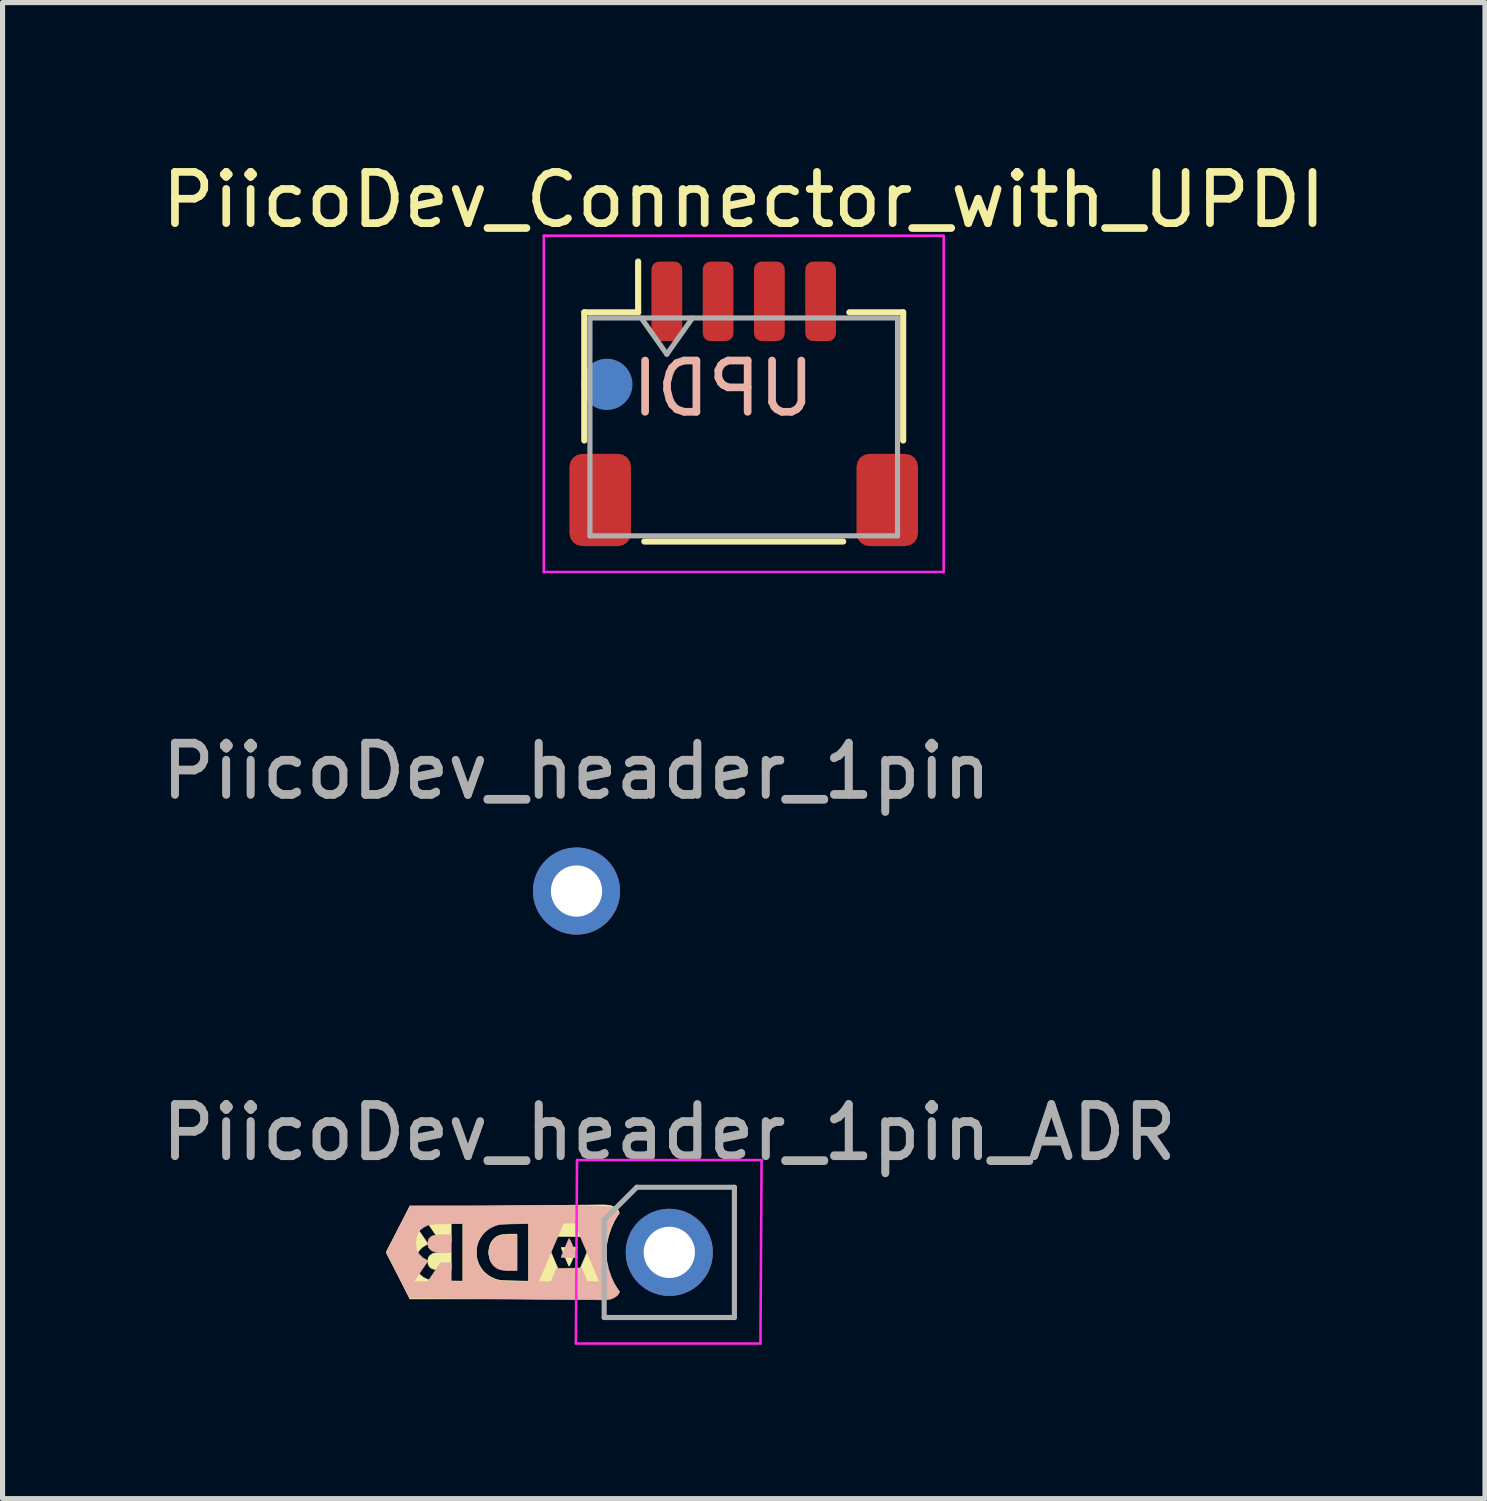
<source format=kicad_pcb>
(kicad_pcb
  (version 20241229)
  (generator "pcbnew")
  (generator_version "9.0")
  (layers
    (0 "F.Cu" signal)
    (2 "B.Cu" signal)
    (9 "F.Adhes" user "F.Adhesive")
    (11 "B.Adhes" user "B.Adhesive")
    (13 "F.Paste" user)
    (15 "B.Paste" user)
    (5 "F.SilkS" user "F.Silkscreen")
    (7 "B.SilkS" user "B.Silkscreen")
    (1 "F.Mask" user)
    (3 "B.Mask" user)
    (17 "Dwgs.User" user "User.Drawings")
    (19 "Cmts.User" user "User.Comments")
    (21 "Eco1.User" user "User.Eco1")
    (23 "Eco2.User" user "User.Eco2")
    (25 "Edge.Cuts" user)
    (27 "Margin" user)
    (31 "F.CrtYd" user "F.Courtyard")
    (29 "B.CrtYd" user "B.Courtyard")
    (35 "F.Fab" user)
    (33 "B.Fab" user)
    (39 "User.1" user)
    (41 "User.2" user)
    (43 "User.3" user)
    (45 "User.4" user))
  (footprint "PiicoDev_header_1pin_ADR"
    (layer "F.Cu")
    (at 10.006 21.38)
    (property "Reference" "PiicoDev_header_1pin_ADR" (at 0 -2.33 180) (layer "F.Fab") (effects (font (size 1 1) (thickness 0.15))))
    (attr through_hole)
    (fp_poly (pts (xy -3.197 0.34) (xy -3.266 0.332) (xy -3.321 0.316) (xy -3.37 0.291) (xy -3.404 0.266) (xy -3.459 0.208) (xy -3.497 0.135) (xy -3.517 0.054) (xy -3.521 -0.031) (xy -3.507 -0.115) (xy -3.477 -0.192) (xy -3.429 -0.258) (xy -3.407 -0.279) (xy -3.359 -0.312) (xy -3.306 -0.335) (xy -3.242 -0.348) (xy -3.162 -0.355) (xy -3.109 -0.356) (xy -2.972 -0.356) (xy -2.972 0.343) (xy -3.11 0.343) (xy -3.197 0.34)) (stroke (width 0.01) (type solid)) (fill yes) (layer "F.SilkS"))
    (fp_poly (pts (xy -4.498 0.341) (xy -4.562 0.336) (xy -4.609 0.326) (xy -4.644 0.31) (xy -4.672 0.287) (xy -4.684 0.273) (xy -4.705 0.229) (xy -4.712 0.175) (xy -4.705 0.119) (xy -4.697 0.096) (xy -4.676 0.068) (xy -4.644 0.04) (xy -4.636 0.035) (xy -4.615 0.023) (xy -4.59 0.014) (xy -4.558 0.009) (xy -4.513 0.005) (xy -4.449 0.003) (xy -4.423 0.002) (xy -4.255 -0.002) (xy -4.255 0.343) (xy -4.414 0.343) (xy -4.498 0.341)) (stroke (width 0.01) (type solid)) (fill yes) (layer "F.SilkS"))
    (fp_poly (pts (xy -1.957 0.27) (xy -1.965 0.256) (xy -1.979 0.223) (xy -1.999 0.177) (xy -2.022 0.123) (xy -2.046 0.066) (xy -2.069 0.01) (xy -2.088 -0.038) (xy -2.102 -0.074) (xy -2.108 -0.093) (xy -2.108 -0.095) (xy -2.096 -0.097) (xy -2.064 -0.099) (xy -2.016 -0.101) (xy -1.956 -0.102) (xy -1.949 -0.102) (xy -1.79 -0.102) (xy -1.81 -0.054) (xy -1.823 -0.023) (xy -1.843 0.024) (xy -1.867 0.082) (xy -1.889 0.137) (xy -1.912 0.191) (xy -1.933 0.234) (xy -1.948 0.262) (xy -1.957 0.27) (xy -1.957 0.27)) (stroke (width 0.01) (type solid)) (fill yes) (layer "F.SilkS"))
    (fp_poly (pts (xy -2.481 0.908) (xy -2.704 0.908) (xy -2.951 0.908) (xy -3.124 0.908) (xy -5.061 0.908) (xy -5.291 0.451) (xy -5.522 -0.007) (xy -5.294 -0.444) (xy -5.243 -0.541) (xy -5.196 -0.631) (xy -5.154 -0.711) (xy -5.119 -0.779) (xy -5.091 -0.832) (xy -5.072 -0.868) (xy -5.062 -0.885) (xy -5.062 -0.886) (xy -5.049 -0.886) (xy -5.013 -0.887) (xy -4.954 -0.888) (xy -4.875 -0.889) (xy -4.778 -0.89) (xy -4.664 -0.892) (xy -4.534 -0.893) (xy -4.391 -0.895) (xy -4.236 -0.897) (xy -4.071 -0.899) (xy -3.898 -0.9) (xy -3.717 -0.902) (xy -3.532 -0.904) (xy -3.343 -0.906) (xy -3.153 -0.908) (xy -2.963 -0.91) (xy -2.774 -0.912) (xy -2.589 -0.914) (xy -2.409 -0.916) (xy -2.236 -0.918) (xy -2.071 -0.919) (xy -1.917 -0.921) (xy -1.774 -0.922) (xy -1.645 -0.923) (xy -1.531 -0.924) (xy -1.435 -0.925) (xy -1.357 -0.926) (xy -1.299 -0.926) (xy -1.263 -0.926) (xy -1.257 -0.926) (xy -1.205 -0.922) (xy -1.153 -0.914) (xy -1.133 -0.908) (xy -1.082 -0.887) (xy -1.035 -0.857) (xy -1 -0.825) (xy -0.984 -0.799) (xy -0.986 -0.766) (xy -1.007 -0.725) (xy -1.075 -0.608) (xy -1.089 -0.574) (xy -2.743 -0.574) (xy -2.876 -0.572) (xy -4.026 -0.572) (xy -4.255 -0.572) (xy -4.255 -0.203) (xy -4.464 -0.203) (xy -4.713 -0.572) (xy -4.846 -0.572) (xy -4.9 -0.571) (xy -4.944 -0.57) (xy -4.972 -0.568) (xy -4.978 -0.566) (xy -4.972 -0.554) (xy -4.952 -0.525) (xy -4.923 -0.482) (xy -4.886 -0.428) (xy -4.845 -0.368) (xy -4.803 -0.307) (xy -4.766 -0.252) (xy -4.737 -0.209) (xy -4.718 -0.179) (xy -4.712 -0.166) (xy -4.722 -0.155) (xy -4.749 -0.14) (xy -4.763 -0.133) (xy -4.819 -0.098) (xy -4.871 -0.046) (xy -4.913 0.014) (xy -4.923 0.035) (xy -4.936 0.082) (xy -4.944 0.147) (xy -4.945 0.184) (xy -4.937 0.283) (xy -4.91 0.366) (xy -4.863 0.434) (xy -4.794 0.489) (xy -4.722 0.524) (xy -4.699 0.533) (xy -4.674 0.539) (xy -4.645 0.544) (xy -4.608 0.548) (xy -4.558 0.551) (xy -4.493 0.553) (xy -4.408 0.555) (xy -4.34 0.556) (xy -4.026 0.561) (xy -4.026 -0.572) (xy -2.876 -0.572) (xy -3.026 -0.568) (xy -3.121 -0.566) (xy -3.194 -0.564) (xy -3.251 -0.561) (xy -3.294 -0.557) (xy -3.328 -0.551) (xy -3.357 -0.544) (xy -3.384 -0.535) (xy -3.474 -0.497) (xy -3.546 -0.452) (xy -3.609 -0.397) (xy -3.624 -0.381) (xy -3.691 -0.288) (xy -3.738 -0.186) (xy -3.763 -0.078) (xy -3.767 0.032) (xy -3.749 0.14) (xy -3.711 0.243) (xy -3.651 0.337) (xy -3.624 0.369) (xy -3.561 0.428) (xy -3.492 0.475) (xy -3.409 0.513) (xy -3.384 0.523) (xy -3.356 0.532) (xy -3.327 0.539) (xy -3.293 0.544) (xy -3.249 0.548) (xy -3.192 0.551) (xy -3.118 0.554) (xy -3.026 0.556) (xy -2.743 0.562) (xy -2.743 -0.574) (xy -1.089 -0.574) (xy -1.09 -0.572) (xy -1.362 -0.572) (xy -1.483 -0.569) (xy -1.603 -0.565) (xy -1.655 -0.435) (xy -1.706 -0.304) (xy -1.953 -0.308) (xy -2.201 -0.311) (xy -2.253 -0.441) (xy -2.305 -0.571) (xy -2.427 -0.571) (xy -2.549 -0.572) (xy -2.307 -0.000024) (xy -2.064 0.571) (xy -1.956 0.571) (xy -1.848 0.571) (xy -1.362 -0.572) (xy -1.09 -0.572) (xy -1.134 -0.473) (xy -1.182 -0.33) (xy -1.213 -0.197) (xy -1.226 -0.101) (xy -1.23 0.007) (xy -1.227 0.119) (xy -1.217 0.226) (xy -1.2 0.32) (xy -1.194 0.343) (xy -1.149 0.47) (xy -1.089 0.592) (xy -1.024 0.695) (xy -0.968 0.771) (xy -1.028 0.817) (xy -1.043 0.829) (xy -1.055 0.84) (xy -1.067 0.85) (xy -1.079 0.859) (xy -1.092 0.867) (xy -1.107 0.874) (xy -1.127 0.88) (xy -1.151 0.886) (xy -1.182 0.89) (xy -1.22 0.894) (xy -1.266 0.898) (xy -1.323 0.9) (xy -1.391 0.903) (xy -1.471 0.904) (xy -1.565 0.906) (xy -1.673 0.907) (xy -1.798 0.908) (xy -1.94 0.908) (xy -2.1 0.908) (xy -2.28 0.908) (xy -2.481 0.908)) (stroke (width 0.01) (type solid)) (fill yes) (layer "F.SilkS"))
    (fp_poly (pts (xy -3.197 -0.34) (xy -3.266 -0.332) (xy -3.321 -0.316) (xy -3.37 -0.291) (xy -3.404 -0.266) (xy -3.459 -0.208) (xy -3.497 -0.135) (xy -3.517 -0.054) (xy -3.521 0.031) (xy -3.507 0.115) (xy -3.477 0.192) (xy -3.429 0.258) (xy -3.407 0.279) (xy -3.359 0.312) (xy -3.306 0.335) (xy -3.242 0.348) (xy -3.162 0.355) (xy -3.109 0.356) (xy -2.972 0.356) (xy -2.972 -0.343) (xy -3.11 -0.343) (xy -3.197 -0.34)) (stroke (width 0.01) (type solid)) (fill yes) (layer "B.SilkS"))
    (fp_poly (pts (xy -4.498 -0.341) (xy -4.562 -0.336) (xy -4.609 -0.326) (xy -4.644 -0.31) (xy -4.672 -0.287) (xy -4.684 -0.273) (xy -4.705 -0.229) (xy -4.712 -0.175) (xy -4.705 -0.119) (xy -4.697 -0.096) (xy -4.676 -0.068) (xy -4.644 -0.04) (xy -4.636 -0.035) (xy -4.615 -0.023) (xy -4.59 -0.014) (xy -4.558 -0.009) (xy -4.513 -0.005) (xy -4.449 -0.003) (xy -4.423 -0.002) (xy -4.255 0.002) (xy -4.255 -0.343) (xy -4.414 -0.343) (xy -4.498 -0.341)) (stroke (width 0.01) (type solid)) (fill yes) (layer "B.SilkS"))
    (fp_poly (pts (xy -1.957 -0.27) (xy -1.965 -0.256) (xy -1.979 -0.223) (xy -1.999 -0.177) (xy -2.022 -0.123) (xy -2.046 -0.066) (xy -2.069 -0.01) (xy -2.088 0.038) (xy -2.102 0.074) (xy -2.108 0.093) (xy -2.108 0.095) (xy -2.096 0.097) (xy -2.064 0.099) (xy -2.016 0.101) (xy -1.956 0.102) (xy -1.949 0.102) (xy -1.79 0.102) (xy -1.81 0.054) (xy -1.823 0.023) (xy -1.843 -0.024) (xy -1.867 -0.082) (xy -1.889 -0.137) (xy -1.912 -0.191) (xy -1.933 -0.234) (xy -1.948 -0.262) (xy -1.957 -0.27) (xy -1.957 -0.27)) (stroke (width 0.01) (type solid)) (fill yes) (layer "B.SilkS"))
    (fp_poly (pts (xy -2.481 -0.908) (xy -2.704 -0.908) (xy -2.951 -0.908) (xy -3.124 -0.908) (xy -5.061 -0.908) (xy -5.291 -0.451) (xy -5.522 0.007) (xy -5.294 0.444) (xy -5.243 0.541) (xy -5.196 0.631) (xy -5.154 0.711) (xy -5.119 0.779) (xy -5.091 0.832) (xy -5.072 0.868) (xy -5.062 0.885) (xy -5.062 0.886) (xy -5.049 0.886) (xy -5.013 0.887) (xy -4.954 0.888) (xy -4.875 0.889) (xy -4.778 0.89) (xy -4.664 0.892) (xy -4.534 0.893) (xy -4.391 0.895) (xy -4.236 0.897) (xy -4.071 0.899) (xy -3.898 0.9) (xy -3.717 0.902) (xy -3.532 0.904) (xy -3.343 0.906) (xy -3.153 0.908) (xy -2.963 0.91) (xy -2.774 0.912) (xy -2.589 0.914) (xy -2.409 0.916) (xy -2.236 0.918) (xy -2.071 0.919) (xy -1.917 0.921) (xy -1.774 0.922) (xy -1.645 0.923) (xy -1.531 0.924) (xy -1.435 0.925) (xy -1.357 0.926) (xy -1.299 0.926) (xy -1.263 0.926) (xy -1.257 0.926) (xy -1.205 0.922) (xy -1.153 0.914) (xy -1.133 0.908) (xy -1.082 0.887) (xy -1.035 0.857) (xy -1 0.825) (xy -0.984 0.799) (xy -0.986 0.766) (xy -1.007 0.725) (xy -1.075 0.608) (xy -1.089 0.574) (xy -2.743 0.574) (xy -2.876 0.572) (xy -4.026 0.572) (xy -4.255 0.572) (xy -4.255 0.203) (xy -4.464 0.203) (xy -4.713 0.572) (xy -4.846 0.572) (xy -4.9 0.571) (xy -4.944 0.57) (xy -4.972 0.568) (xy -4.978 0.566) (xy -4.972 0.554) (xy -4.952 0.525) (xy -4.923 0.482) (xy -4.886 0.428) (xy -4.845 0.368) (xy -4.803 0.307) (xy -4.766 0.252) (xy -4.737 0.209) (xy -4.718 0.179) (xy -4.712 0.166) (xy -4.722 0.155) (xy -4.749 0.14) (xy -4.763 0.133) (xy -4.819 0.098) (xy -4.871 0.046) (xy -4.913 -0.014) (xy -4.923 -0.035) (xy -4.936 -0.082) (xy -4.944 -0.147) (xy -4.945 -0.184) (xy -4.937 -0.283) (xy -4.91 -0.366) (xy -4.863 -0.434) (xy -4.794 -0.489) (xy -4.722 -0.524) (xy -4.699 -0.533) (xy -4.674 -0.539) (xy -4.645 -0.544) (xy -4.608 -0.548) (xy -4.558 -0.551) (xy -4.493 -0.553) (xy -4.408 -0.555) (xy -4.34 -0.556) (xy -4.026 -0.561) (xy -4.026 0.572) (xy -2.876 0.572) (xy -3.026 0.568) (xy -3.121 0.566) (xy -3.194 0.564) (xy -3.251 0.561) (xy -3.294 0.557) (xy -3.328 0.551) (xy -3.357 0.544) (xy -3.384 0.535) (xy -3.474 0.497) (xy -3.546 0.452) (xy -3.609 0.397) (xy -3.624 0.381) (xy -3.691 0.288) (xy -3.738 0.186) (xy -3.763 0.078) (xy -3.767 -0.032) (xy -3.749 -0.14) (xy -3.711 -0.243) (xy -3.651 -0.337) (xy -3.624 -0.369) (xy -3.561 -0.428) (xy -3.492 -0.475) (xy -3.409 -0.513) (xy -3.384 -0.523) (xy -3.356 -0.532) (xy -3.327 -0.539) (xy -3.293 -0.544) (xy -3.249 -0.548) (xy -3.192 -0.551) (xy -3.118 -0.554) (xy -3.026 -0.556) (xy -2.743 -0.562) (xy -2.743 0.574) (xy -1.089 0.574) (xy -1.09 0.572) (xy -1.362 0.572) (xy -1.483 0.569) (xy -1.603 0.565) (xy -1.655 0.435) (xy -1.706 0.304) (xy -1.953 0.308) (xy -2.201 0.311) (xy -2.253 0.441) (xy -2.305 0.571) (xy -2.427 0.571) (xy -2.549 0.572) (xy -2.307 0.000024) (xy -2.064 -0.571) (xy -1.956 -0.571) (xy -1.848 -0.571) (xy -1.362 0.572) (xy -1.09 0.572) (xy -1.134 0.473) (xy -1.182 0.33) (xy -1.213 0.197) (xy -1.226 0.101) (xy -1.23 -0.007) (xy -1.227 -0.119) (xy -1.217 -0.226) (xy -1.2 -0.32) (xy -1.194 -0.343) (xy -1.149 -0.47) (xy -1.089 -0.592) (xy -1.024 -0.695) (xy -0.968 -0.771) (xy -1.028 -0.817) (xy -1.043 -0.829) (xy -1.055 -0.84) (xy -1.067 -0.85) (xy -1.079 -0.859) (xy -1.092 -0.867) (xy -1.107 -0.874) (xy -1.127 -0.88) (xy -1.151 -0.886) (xy -1.182 -0.89) (xy -1.22 -0.894) (xy -1.266 -0.898) (xy -1.323 -0.9) (xy -1.391 -0.903) (xy -1.471 -0.904) (xy -1.565 -0.906) (xy -1.673 -0.907) (xy -1.798 -0.908) (xy -1.94 -0.908) (xy -2.1 -0.908) (xy -2.28 -0.908) (xy -2.481 -0.908)) (stroke (width 0.01) (type solid)) (fill yes) (layer "B.SilkS"))
    (fp_line (start -1.822 1.778) (end 1.778 1.778) (stroke (width 0.05) (type solid)) (layer "F.CrtYd"))
    (fp_line (start -1.8 -1.8) (end -1.822 1.778) (stroke (width 0.05) (type solid)) (layer "F.CrtYd"))
    (fp_line (start 1.778 1.778) (end 1.8 -1.8) (stroke (width 0.05) (type solid)) (layer "F.CrtYd"))
    (fp_line (start 1.8 -1.8) (end -1.8 -1.8) (stroke (width 0.05) (type solid)) (layer "F.CrtYd"))
    (fp_line (start -1.27 -0.635) (end -0.635 -1.27) (stroke (width 0.1) (type solid)) (layer "F.Fab"))
    (fp_line (start -1.27 1.27) (end -1.27 -0.635) (stroke (width 0.1) (type solid)) (layer "F.Fab"))
    (fp_line (start -0.635 -1.27) (end 1.27 -1.27) (stroke (width 0.1) (type solid)) (layer "F.Fab"))
    (fp_line (start 1.27 -1.27) (end 1.27 1.27) (stroke (width 0.1) (type solid)) (layer "F.Fab"))
    (fp_line (start 1.27 1.27) (end -1.27 1.27) (stroke (width 0.1) (type solid)) (layer "F.Fab"))
    (fp_text user "${REFERENCE}" (at 0 -2.35 180) (layer "F.Fab") (effects (font (size 1 1) (thickness 0.15))))
    (pad "1" thru_hole circle (at 0 0) (size 1.7 1.7) (drill 1) (layers "*.Cu" "*.Mask")))
  (footprint "PiicoDev_header_1pin"
    (layer "F.Cu")
    (at 8.196 14.332)
    (property "Reference" "PiicoDev_header_1pin" (at 0 -2.33 180) (layer "F.Fab") (effects (font (size 1 1) (thickness 0.15))))
    (attr through_hole)
    (fp_text user "${REFERENCE}" (at 0 -2.35 180) (layer "F.Fab") (effects (font (size 1 1) (thickness 0.15))))
    (pad "1" thru_hole circle (at 0 0) (size 1.7 1.7) (drill 1) (layers "*.Cu" "*.Mask")))
  (footprint "PiicoDev_Connector_with_UPDI"
    (layer "F.Cu")
    (at 11.458 4.828)
    (property "Reference" "PiicoDev_Connector_with_UPDI" (at 0 -3.98 0) (layer "F.SilkS") (effects (font (size 1 1) (thickness 0.15))))
    (attr smd)
    (fp_line (start -3.11 -1.785) (end -2.06 -1.785) (stroke (width 0.12) (type solid)) (layer "F.SilkS"))
    (fp_line (start -3.11 0.715) (end -3.11 -1.785) (stroke (width 0.12) (type solid)) (layer "F.SilkS"))
    (fp_line (start -2.06 -1.785) (end -2.06 -2.775) (stroke (width 0.12) (type solid)) (layer "F.SilkS"))
    (fp_line (start -1.94 2.685) (end 1.94 2.685) (stroke (width 0.12) (type solid)) (layer "F.SilkS"))
    (fp_line (start 3.11 -1.785) (end 2.06 -1.785) (stroke (width 0.12) (type solid)) (layer "F.SilkS"))
    (fp_line (start 3.11 0.715) (end 3.11 -1.785) (stroke (width 0.12) (type solid)) (layer "F.SilkS"))
    (fp_line (start -3.9 -3.28) (end -3.9 3.28) (stroke (width 0.05) (type solid)) (layer "F.CrtYd"))
    (fp_line (start -3.9 3.28) (end 3.9 3.28) (stroke (width 0.05) (type solid)) (layer "F.CrtYd"))
    (fp_line (start 3.9 -3.28) (end -3.9 -3.28) (stroke (width 0.05) (type solid)) (layer "F.CrtYd"))
    (fp_line (start 3.9 3.28) (end 3.9 -3.28) (stroke (width 0.05) (type solid)) (layer "F.CrtYd"))
    (fp_line (start -3 -1.675) (end -3 2.575) (stroke (width 0.1) (type solid)) (layer "F.Fab"))
    (fp_line (start -3 -1.675) (end 3 -1.675) (stroke (width 0.1) (type solid)) (layer "F.Fab"))
    (fp_line (start -3 2.575) (end 3 2.575) (stroke (width 0.1) (type solid)) (layer "F.Fab"))
    (fp_line (start -2 -1.675) (end -1.5 -0.968) (stroke (width 0.1) (type solid)) (layer "F.Fab"))
    (fp_line (start -1.5 -0.968) (end -1 -1.675) (stroke (width 0.1) (type solid)) (layer "F.Fab"))
    (fp_line (start 3 -1.675) (end 3 2.575) (stroke (width 0.1) (type solid)) (layer "F.Fab"))
    (fp_text user "UPDI" (at -0.4 -0.3 0) (layer "B.SilkS") (effects (font (size 1 1) (thickness 0.15)) (justify mirror)))
    (pad "1" smd roundrect (at -1.5 -2) (size 0.6 1.55) (layers "F.Cu" "F.Mask" "F.Paste") (roundrect_rratio 0.25))
    (pad "2" smd roundrect (at -0.5 -2) (size 0.6 1.55) (layers "F.Cu" "F.Mask" "F.Paste") (roundrect_rratio 0.25))
    (pad "3" smd roundrect (at 0.5 -2) (size 0.6 1.55) (layers "F.Cu" "F.Mask" "F.Paste") (roundrect_rratio 0.25))
    (pad "4" smd roundrect (at 1.5 -2) (size 0.6 1.55) (layers "F.Cu" "F.Mask" "F.Paste") (roundrect_rratio 0.25))
    (pad "5" smd circle (at -2.67 -0.38) (size 1 1) (layers "B.Cu" "B.Mask" "F.Paste"))
    (pad "MP" smd roundrect (at -2.8 1.875) (size 1.2 1.8) (layers "F.Cu" "F.Mask" "F.Paste") (roundrect_rratio 0.208))
    (pad "MP" smd roundrect (at 2.8 1.875) (size 1.2 1.8) (layers "F.Cu" "F.Mask" "F.Paste") (roundrect_rratio 0.208)))
  (gr_rect
    (start -3 -3)
    (end 25.917 26.183)
    (stroke (width 0.1) (type default))
    (fill no)
    (layer "Edge.Cuts")))
</source>
